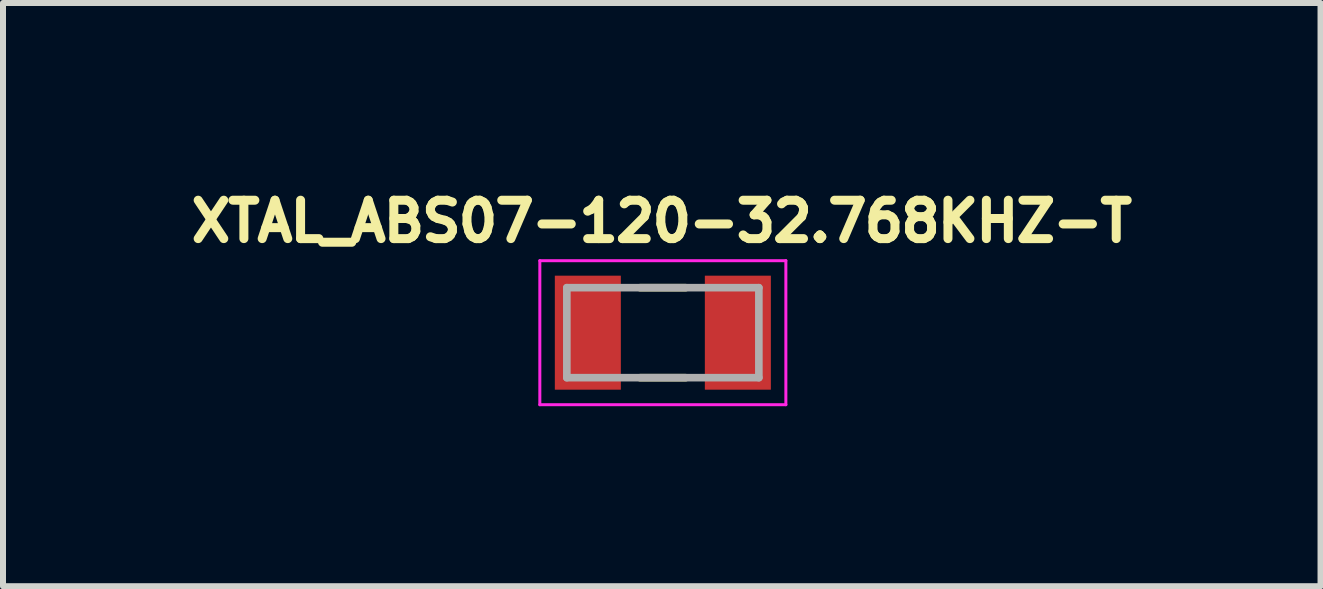
<source format=kicad_pcb>
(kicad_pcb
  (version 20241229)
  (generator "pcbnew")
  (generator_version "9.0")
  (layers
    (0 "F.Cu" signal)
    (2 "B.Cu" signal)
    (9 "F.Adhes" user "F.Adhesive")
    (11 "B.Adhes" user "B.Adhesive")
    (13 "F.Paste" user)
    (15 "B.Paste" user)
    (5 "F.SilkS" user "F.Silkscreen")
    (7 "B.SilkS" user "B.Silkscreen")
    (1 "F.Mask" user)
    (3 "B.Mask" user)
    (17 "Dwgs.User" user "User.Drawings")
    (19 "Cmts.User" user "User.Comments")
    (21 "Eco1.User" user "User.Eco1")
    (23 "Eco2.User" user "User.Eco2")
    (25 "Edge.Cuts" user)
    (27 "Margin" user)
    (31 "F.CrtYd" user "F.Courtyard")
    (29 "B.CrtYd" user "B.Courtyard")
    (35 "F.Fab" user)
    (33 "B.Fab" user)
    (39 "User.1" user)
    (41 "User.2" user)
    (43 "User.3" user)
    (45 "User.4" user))
  (footprint "XTAL_ABS07-120-32.768KHZ-T"
    (layer "F.Cu")
    (at 7.996 2.494)
    (property "Reference" "XTAL_ABS07-120-32.768KHZ-T" (at -0.018 -1.856 0) (layer "F.SilkS") (effects (font (size 0.64 0.64) (thickness 0.15))))
    (attr smd)
    (fp_line (start -0.38 -0.75) (end 0.38 -0.75) (stroke (width 0.127) (type solid)) (layer "F.SilkS"))
    (fp_line (start -0.38 0.75) (end 0.38 0.75) (stroke (width 0.127) (type solid)) (layer "F.SilkS"))
    (fp_line (start -2.05 -1.2) (end -2.05 1.2) (stroke (width 0.05) (type solid)) (layer "F.CrtYd"))
    (fp_line (start -2.05 1.2) (end 2.05 1.2) (stroke (width 0.05) (type solid)) (layer "F.CrtYd"))
    (fp_line (start 2.05 -1.2) (end -2.05 -1.2) (stroke (width 0.05) (type solid)) (layer "F.CrtYd"))
    (fp_line (start 2.05 1.2) (end 2.05 -1.2) (stroke (width 0.05) (type solid)) (layer "F.CrtYd"))
    (fp_line (start -1.6 -0.75) (end -1.6 0.75) (stroke (width 0.127) (type solid)) (layer "F.Fab"))
    (fp_line (start -1.6 -0.75) (end 1.6 -0.75) (stroke (width 0.127) (type solid)) (layer "F.Fab"))
    (fp_line (start -1.6 0.75) (end 1.6 0.75) (stroke (width 0.127) (type solid)) (layer "F.Fab"))
    (fp_line (start 1.6 -0.75) (end 1.6 0.75) (stroke (width 0.127) (type solid)) (layer "F.Fab"))
    (pad "1" smd rect (at -1.25 0) (size 1.1 1.9) (layers "F.Cu" "F.Mask" "F.Paste"))
    (pad "2" smd rect (at 1.25 0) (size 1.1 1.9) (layers "F.Cu" "F.Mask" "F.Paste")))
  (gr_rect
    (start -3 -3)
    (end 18.956 6.719)
    (stroke (width 0.1) (type default))
    (fill no)
    (layer "Edge.Cuts")))
</source>
